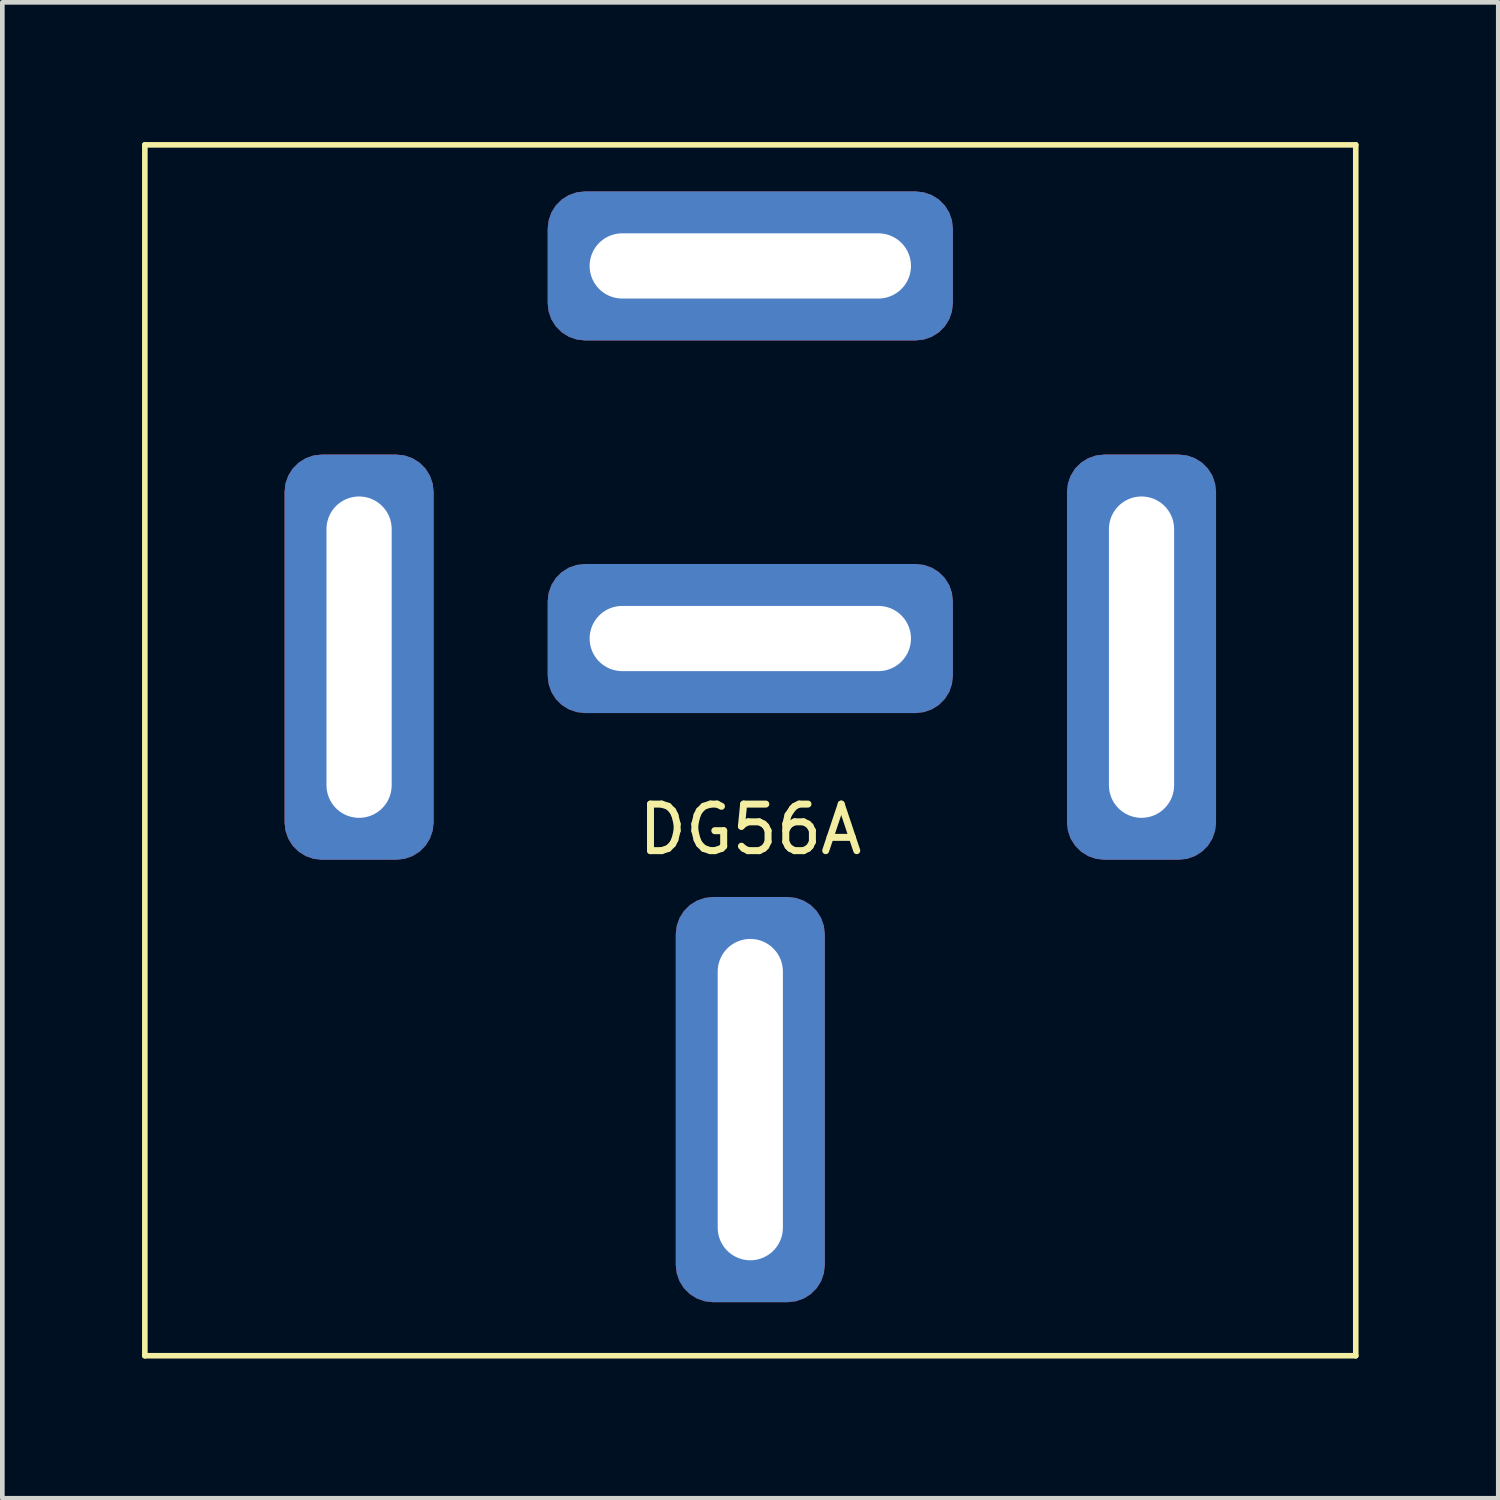
<source format=kicad_pcb>
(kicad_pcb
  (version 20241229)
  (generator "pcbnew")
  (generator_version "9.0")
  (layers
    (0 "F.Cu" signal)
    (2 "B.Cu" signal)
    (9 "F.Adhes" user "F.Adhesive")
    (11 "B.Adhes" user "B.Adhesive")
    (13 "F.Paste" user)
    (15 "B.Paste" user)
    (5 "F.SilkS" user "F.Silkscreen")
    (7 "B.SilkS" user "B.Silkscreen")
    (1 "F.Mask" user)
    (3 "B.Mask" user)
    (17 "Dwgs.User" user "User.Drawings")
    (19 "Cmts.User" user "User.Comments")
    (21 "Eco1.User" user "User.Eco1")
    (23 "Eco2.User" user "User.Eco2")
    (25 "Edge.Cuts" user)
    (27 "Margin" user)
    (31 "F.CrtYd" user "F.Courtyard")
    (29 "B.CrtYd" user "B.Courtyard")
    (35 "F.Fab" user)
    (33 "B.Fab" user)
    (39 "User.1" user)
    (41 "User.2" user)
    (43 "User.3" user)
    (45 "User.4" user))
  (footprint "DG56A"
    (layer "F.Cu")
    (at 13.16 13.06)
    (property "Reference" "DG56A" (at -0.1 1.7 0) (layer "F.SilkS") (effects (font (size 1 1) (thickness 0.15))))
    (attr through_hole)
    (fp_line (start -13.1 -13) (end -13.1 13) (stroke (width 0.12) (type solid)) (layer "F.SilkS"))
    (fp_line (start -13.1 13) (end 12.9 13) (stroke (width 0.12) (type solid)) (layer "F.SilkS"))
    (fp_line (start 12.9 -13) (end -13.1 -13) (stroke (width 0.12) (type solid)) (layer "F.SilkS"))
    (fp_line (start 12.9 13) (end 12.9 -13) (stroke (width 0.12) (type solid)) (layer "F.SilkS"))
    (pad "1" thru_hole roundrect (at -0.1 7.5 90) (size 8.7 3.2) (drill oval 6.9 1.4) (layers "*.Cu" "*.Mask") (roundrect_rratio 0.25))
    (pad "2" thru_hole roundrect (at -0.1 -2.4 180) (size 8.7 3.2) (drill oval 6.9 1.4) (layers "*.Cu" "*.Mask") (roundrect_rratio 0.25))
    (pad "3" thru_hole roundrect (at -0.1 -10.4 180) (size 8.7 3.2) (drill oval 6.9 1.4) (layers "*.Cu" "*.Mask") (roundrect_rratio 0.25))
    (pad "4" thru_hole roundrect (at 8.3 -2 270) (size 8.7 3.2) (drill oval 6.9 1.4) (layers "*.Cu" "*.Mask") (roundrect_rratio 0.25))
    (pad "5" thru_hole roundrect (at -8.5 -2 270) (size 8.7 3.2) (drill oval 6.9 1.4) (layers "*.Cu" "*.Mask") (roundrect_rratio 0.25)))
  (gr_rect
    (start -3 -3)
    (end 29.12 29.12)
    (stroke (width 0.1) (type default))
    (fill no)
    (layer "Edge.Cuts")))
</source>
